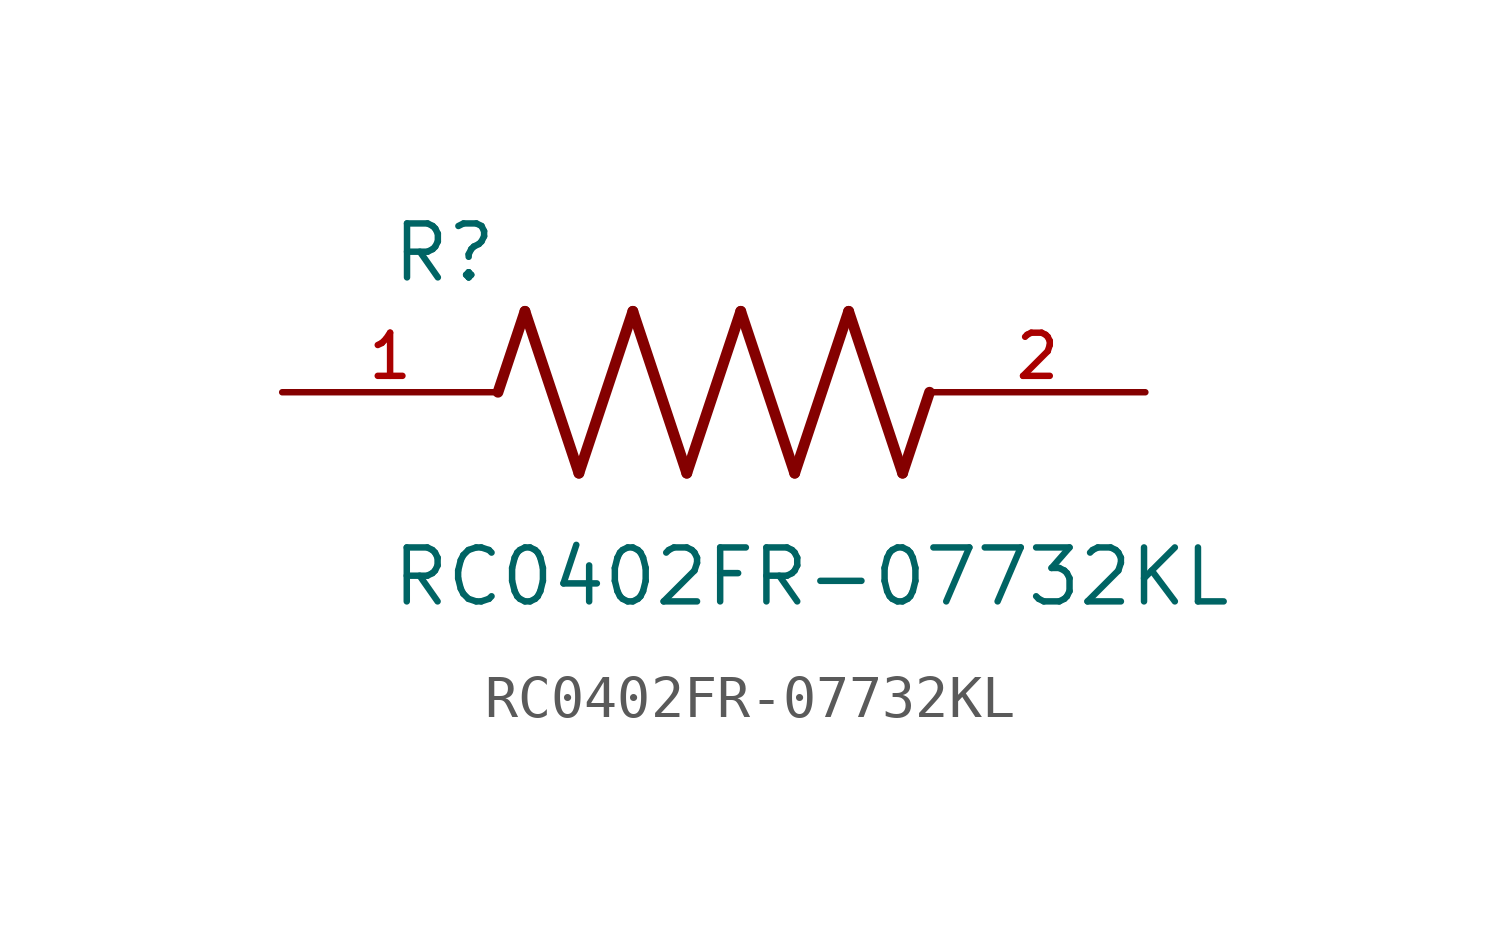
<source format=kicad_sym>
(kicad_symbol_lib
  (version 20211014)
  (generator kicad_symbol_editor)
  (symbol "RC0402FR-07732KL"
    (pin_names
      (offset 1.016))
    (property "Reference" "R"
      (at -7.624 2.541 0)
      (effects (font (size 1.27 1.27)) (justify bottom left)))
    (property "Value" "RC0402FR-07732KL"
      (at -7.63 -5.087 0)
      (effects (font (size 1.27 1.27)) (justify bottom left)))
    (symbol "RC0402FR-07732KL_0_0"
      (polyline (pts (xy -5.08 0.0) (xy -4.445 1.905)) (stroke (width 0.254)))
      (polyline (pts (xy -4.445 1.905) (xy -3.175 -1.905)) (stroke (width 0.254)))
      (polyline (pts (xy -3.175 -1.905) (xy -1.905 1.905)) (stroke (width 0.254)))
      (polyline (pts (xy -1.905 1.905) (xy -0.635 -1.905)) (stroke (width 0.254)))
      (polyline (pts (xy -0.635 -1.905) (xy 0.635 1.905)) (stroke (width 0.254)))
      (polyline (pts (xy 0.635 1.905) (xy 1.905 -1.905)) (stroke (width 0.254)))
      (polyline (pts (xy 1.905 -1.905) (xy 3.175 1.905)) (stroke (width 0.254)))
      (polyline (pts (xy 3.175 1.905) (xy 4.445 -1.905)) (stroke (width 0.254)))
      (polyline (pts (xy 4.445 -1.905) (xy 5.08 0.0)) (stroke (width 0.254)))
      (pin passive line (at -10.16 0.0 0) (length 5.08) (name "~" (effects (font (size 1.016 1.016)))) (number "1" (effects (font (size 1.016 1.016)))))
      (pin passive line (at 10.16 0.0 180.0) (length 5.08) (name "~" (effects (font (size 1.016 1.016)))) (number "2" (effects (font (size 1.016 1.016))))))))
</source>
